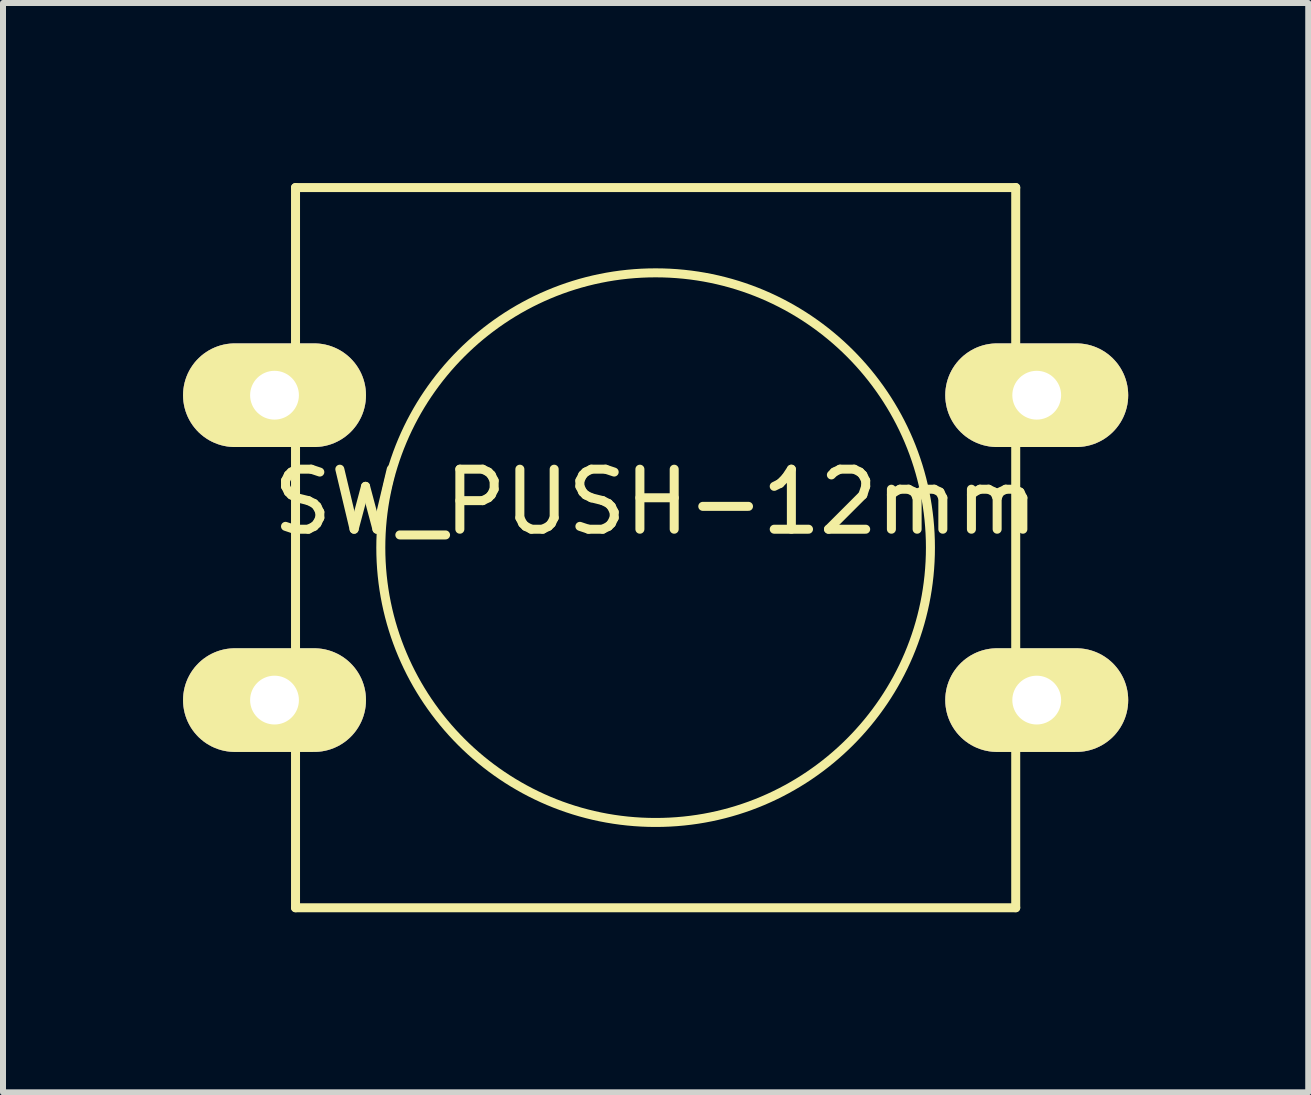
<source format=kicad_pcb>
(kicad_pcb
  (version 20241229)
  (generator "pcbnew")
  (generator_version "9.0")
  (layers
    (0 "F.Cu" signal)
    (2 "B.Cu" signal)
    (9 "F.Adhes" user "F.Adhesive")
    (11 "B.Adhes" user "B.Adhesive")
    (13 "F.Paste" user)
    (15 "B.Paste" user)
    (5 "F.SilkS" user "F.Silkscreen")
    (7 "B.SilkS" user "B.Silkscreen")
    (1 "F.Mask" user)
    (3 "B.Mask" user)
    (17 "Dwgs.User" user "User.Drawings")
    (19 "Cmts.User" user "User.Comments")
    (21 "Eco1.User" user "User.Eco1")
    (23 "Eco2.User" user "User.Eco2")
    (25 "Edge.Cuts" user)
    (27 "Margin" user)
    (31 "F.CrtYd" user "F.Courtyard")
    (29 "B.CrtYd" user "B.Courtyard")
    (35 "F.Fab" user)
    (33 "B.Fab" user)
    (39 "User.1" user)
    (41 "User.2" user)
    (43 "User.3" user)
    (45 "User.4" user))
  (footprint "SW_PUSH-12mm"
    (layer "F.Cu")
    (at 7.874 6.075)
    (property "Reference" "SW_PUSH-12mm" (at 0 -0.762 0) (layer "F.SilkS") (effects (font (size 1 1) (thickness 0.15))))
    (attr through_hole)
    (fp_line (start -6 -6) (end 6 -6) (stroke (width 0.15) (type solid)) (layer "F.SilkS"))
    (fp_line (start -6 6) (end -6 -6) (stroke (width 0.15) (type solid)) (layer "F.SilkS"))
    (fp_line (start 6 -6) (end 6 6) (stroke (width 0.15) (type solid)) (layer "F.SilkS"))
    (fp_line (start 6 6) (end -6 6) (stroke (width 0.15) (type solid)) (layer "F.SilkS"))
    (fp_circle (center 0 0) (end 3.81 2.54) (stroke (width 0.15) (type solid)) (fill no) (layer "F.SilkS"))
    (pad "1" thru_hole oval (at -6.35 -2.54) (size 3.048 1.727) (drill 0.813) (layers "*.Cu" "*.Mask" "F.SilkS"))
    (pad "1" thru_hole oval (at 6.35 -2.54) (size 3.048 1.727) (drill 0.813) (layers "*.Cu" "*.Mask" "F.SilkS"))
    (pad "2" thru_hole oval (at -6.35 2.54) (size 3.048 1.727) (drill 0.813) (layers "*.Cu" "*.Mask" "F.SilkS"))
    (pad "2" thru_hole oval (at 6.35 2.54) (size 3.048 1.727) (drill 0.813) (layers "*.Cu" "*.Mask" "F.SilkS")))
  (gr_rect
    (start -3 -3)
    (end 18.748 15.15)
    (stroke (width 0.1) (type default))
    (fill no)
    (layer "Edge.Cuts")))
</source>
